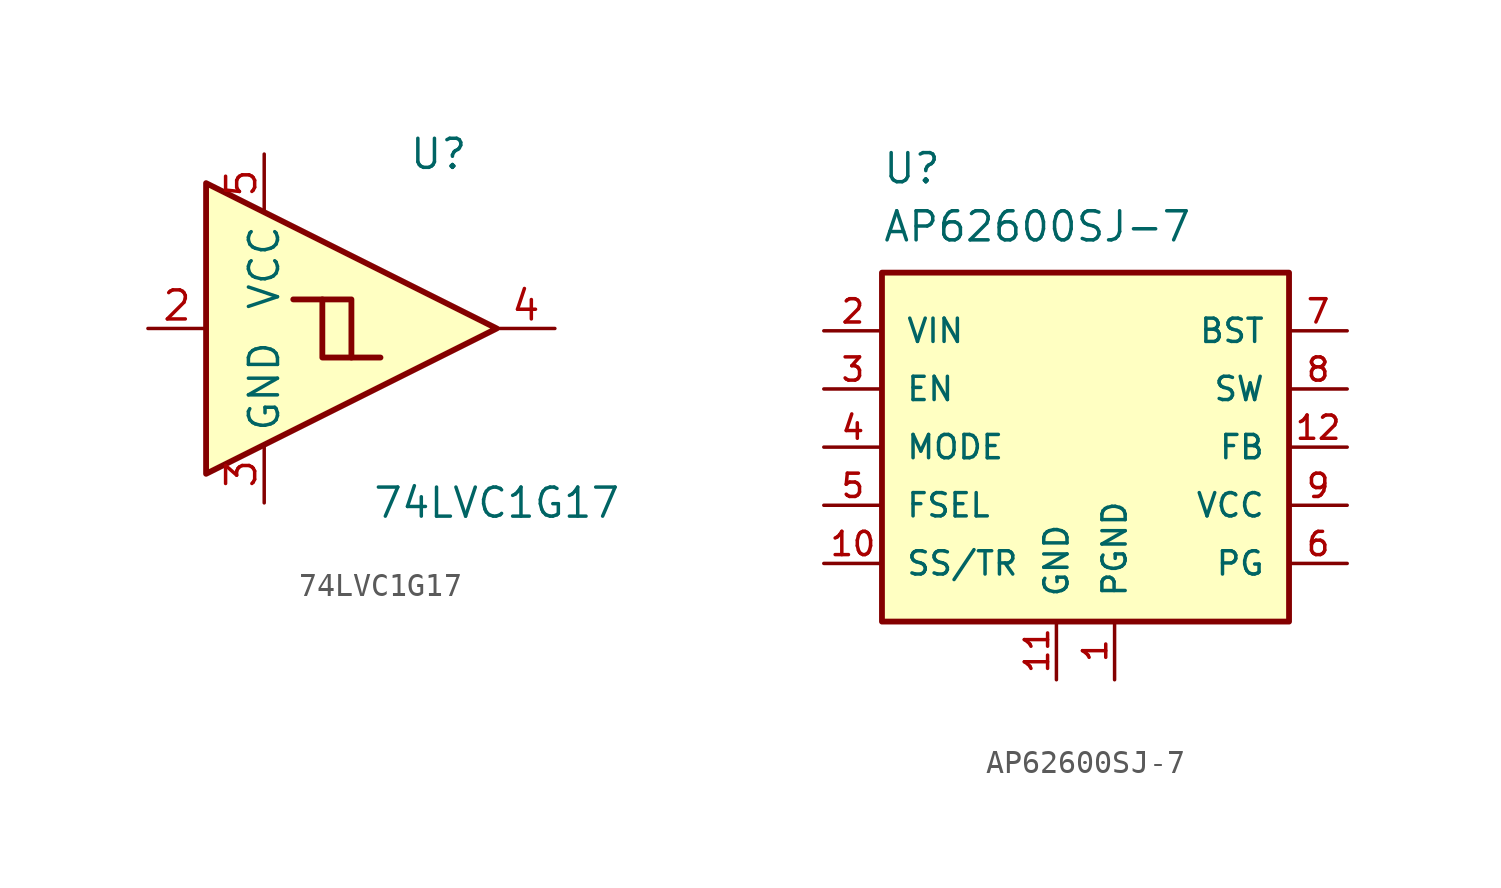
<source format=kicad_sym>
(kicad_symbol_lib
  (version 20231120)
  (generator "kicad_symbol_editor")
  (generator_version "8.0")
  (symbol "74LVC1G17"
    (property "Reference" "U"
      (at 2.54 7.62 0)
      (effects (font (size 1.27 1.27))))
    (property "Value" "74LVC1G17"
      (at 5.08 -7.62 0)
      (effects (font (size 1.27 1.27))))
    (symbol "74LVC1G17_0_1"
      (polyline (pts (xy -2.54 1.27) (xy -1.27 1.27) (xy -1.27 -1.27)) (stroke (width 0.254) (type default)) (fill (type background)))
      (polyline (pts (xy -7.62 6.35) (xy -7.62 -6.35) (xy 5.08 0) (xy -7.62 6.35)) (stroke (width 0.254) (type default)) (fill (type background)))
      (polyline (pts (xy -3.81 1.27) (xy -2.54 1.27) (xy -2.54 -1.27) (xy 0 -1.27)) (stroke (width 0.254) (type default)) (fill (type background))))
    (symbol "74LVC1G17_1_1"
      (pin input line (at -10.16 0 0) (length 2.54) (name "~" (effects (font (size 1.27 1.27)))) (number "2" (effects (font (size 1.27 1.27)))))
      (pin power_in line (at -5.08 -7.62 90) (length 2.54) (name "GND" (effects (font (size 1.27 1.27)))) (number "3" (effects (font (size 1.27 1.27)))))
      (pin output line (at 7.62 0 180) (length 2.54) (name "~" (effects (font (size 1.27 1.27)))) (number "4" (effects (font (size 1.27 1.27)))))
      (pin power_in line (at -5.08 7.62 270) (length 2.54) (name "VCC" (effects (font (size 1.27 1.27)))) (number "5" (effects (font (size 1.27 1.27)))))))
  (symbol "AP62600SJ-7"
    (pin_names
      (offset 1.016))
    (property "Reference" "U"
      (at -5.08 12.7 0)
      (effects (font (size 1.27 1.27)) (justify left bottom)))
    (property "Value" "AP62600SJ-7"
      (at -5.08 10.16 0)
      (effects (font (size 1.27 1.27)) (justify left bottom)))
    (symbol "AP62600SJ-7_0_0"
      (rectangle (start -5.08 8.89) (end 12.7 -6.35) (stroke (width 0.254) (type default)) (fill (type background))))
    (symbol "AP62600SJ-7_1_0"
      (pin power_in line (at 5.08 -8.89 90) (length 2.54) (name "PGND" (effects (font (size 1.016 1.016)))) (number "1" (effects (font (size 1.016 1.016)))))
      (pin input line (at -7.62 -3.81 0) (length 2.54) (name "SS/TR" (effects (font (size 1.016 1.016)))) (number "10" (effects (font (size 1.016 1.016)))))
      (pin power_in line (at 2.54 -8.89 90) (length 2.54) (name "GND" (effects (font (size 1.016 1.016)))) (number "11" (effects (font (size 1.016 1.016)))))
      (pin input line (at 15.24 1.27 180) (length 2.54) (name "FB" (effects (font (size 1.016 1.016)))) (number "12" (effects (font (size 1.016 1.016)))))
      (pin input line (at -7.62 6.35 0) (length 2.54) (name "VIN" (effects (font (size 1.016 1.016)))) (number "2" (effects (font (size 1.016 1.016)))))
      (pin input line (at -7.62 3.81 0) (length 2.54) (name "EN" (effects (font (size 1.016 1.016)))) (number "3" (effects (font (size 1.016 1.016)))))
      (pin input line (at -7.62 1.27 0) (length 2.54) (name "MODE" (effects (font (size 1.016 1.016)))) (number "4" (effects (font (size 1.016 1.016)))))
      (pin input line (at -7.62 -1.27 0) (length 2.54) (name "FSEL" (effects (font (size 1.016 1.016)))) (number "5" (effects (font (size 1.016 1.016)))))
      (pin output line (at 15.24 -3.81 180) (length 2.54) (name "PG" (effects (font (size 1.016 1.016)))) (number "6" (effects (font (size 1.016 1.016)))))
      (pin passive line (at 15.24 6.35 180) (length 2.54) (name "BST" (effects (font (size 1.016 1.016)))) (number "7" (effects (font (size 1.016 1.016)))))
      (pin output line (at 15.24 3.81 180) (length 2.54) (name "SW" (effects (font (size 1.016 1.016)))) (number "8" (effects (font (size 1.016 1.016)))))
      (pin power_in line (at 15.24 -1.27 180) (length 2.54) (name "VCC" (effects (font (size 1.016 1.016)))) (number "9" (effects (font (size 1.016 1.016))))))))
</source>
